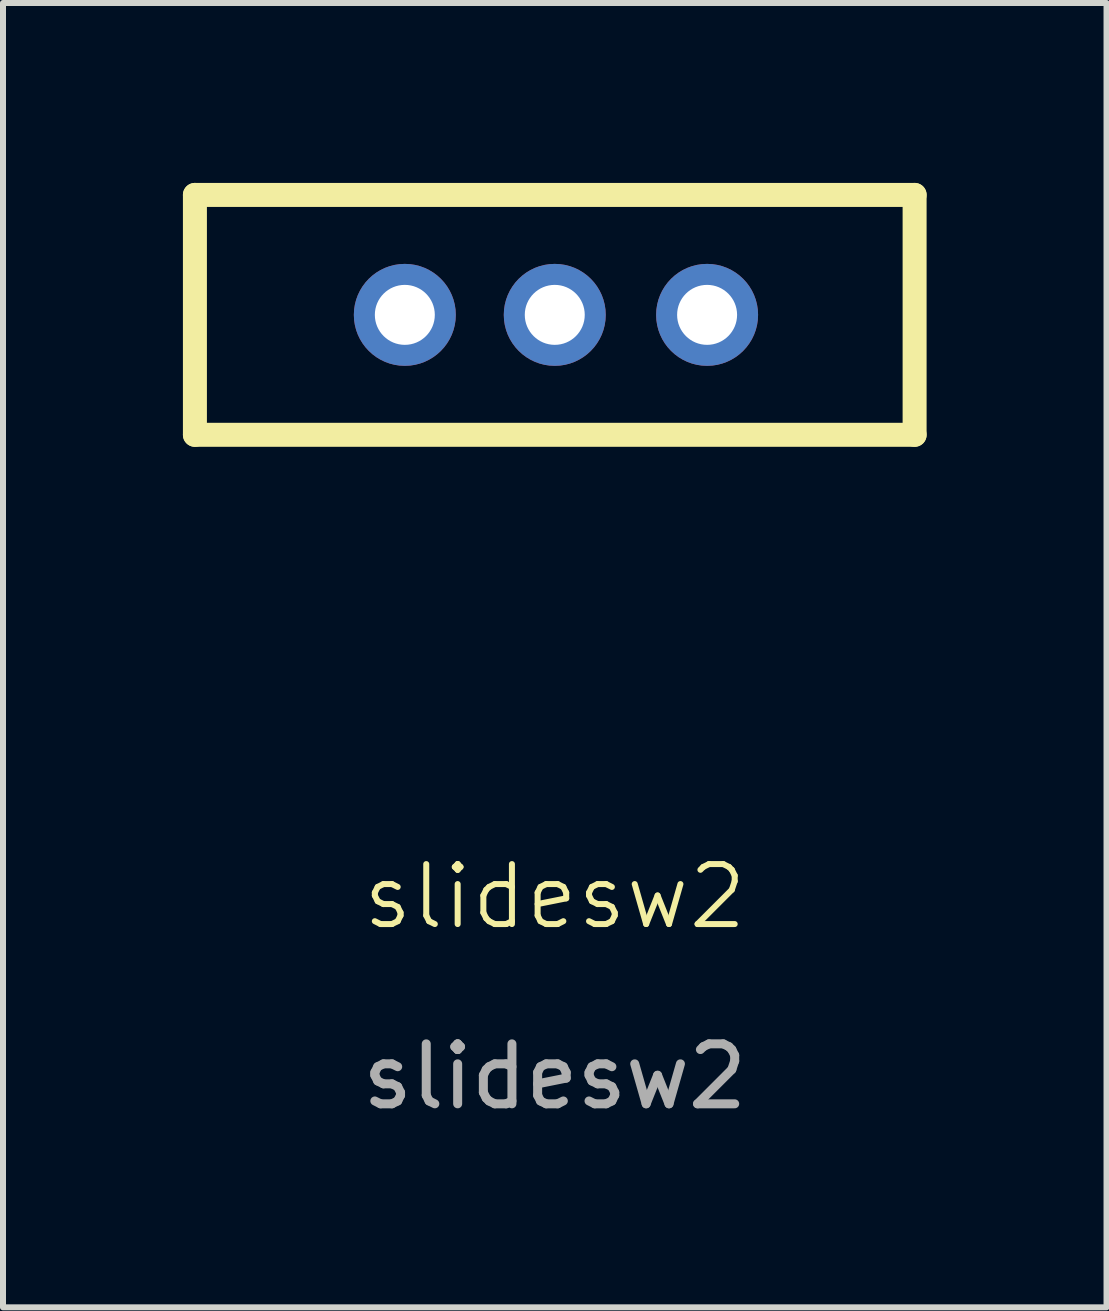
<source format=kicad_pcb>
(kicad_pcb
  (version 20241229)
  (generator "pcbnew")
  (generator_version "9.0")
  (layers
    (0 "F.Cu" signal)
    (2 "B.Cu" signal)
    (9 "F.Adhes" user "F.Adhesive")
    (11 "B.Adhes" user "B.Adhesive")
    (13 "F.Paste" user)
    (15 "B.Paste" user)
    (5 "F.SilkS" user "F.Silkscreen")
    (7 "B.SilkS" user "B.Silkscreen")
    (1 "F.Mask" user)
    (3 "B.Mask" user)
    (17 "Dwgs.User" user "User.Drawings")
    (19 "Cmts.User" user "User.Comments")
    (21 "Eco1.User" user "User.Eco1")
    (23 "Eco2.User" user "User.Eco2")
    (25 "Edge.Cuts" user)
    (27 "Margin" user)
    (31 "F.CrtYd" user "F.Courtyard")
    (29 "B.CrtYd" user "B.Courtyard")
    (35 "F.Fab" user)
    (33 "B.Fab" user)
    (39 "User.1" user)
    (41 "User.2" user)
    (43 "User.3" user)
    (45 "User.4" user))
  (footprint "slidesw2"
    (layer "F.Cu")
    (at 6.2 2.2)
    (property "Reference" "slidesw2" (at 0 9.7 0) (unlocked yes) (layer "F.SilkS") (effects (font (size 1 1) (thickness 0.1))))
    (attr through_hole)
    (fp_line (start -6 -2) (end -6 2) (stroke (width 0.4) (type default)) (layer "F.SilkS"))
    (fp_line (start -6 2) (end 6 2) (stroke (width 0.4) (type default)) (layer "F.SilkS"))
    (fp_line (start 6 -2) (end -6 -2) (stroke (width 0.4) (type default)) (layer "F.SilkS"))
    (fp_line (start 6 2) (end 6 -2) (stroke (width 0.4) (type default)) (layer "F.SilkS"))
    (fp_text user "${REFERENCE}" (at 0 12.7 0) (unlocked yes) (layer "F.Fab") (effects (font (size 1 1) (thickness 0.15))))
    (pad "1" thru_hole circle (at -2.5 0) (size 1.7 1.7) (drill 1) (layers "*.Cu" "*.Mask"))
    (pad "2" thru_hole circle (at 0 0) (size 1.7 1.7) (drill 1) (layers "*.Cu" "*.Mask"))
    (pad "3" thru_hole circle (at 2.54 0) (size 1.7 1.7) (drill 1) (layers "*.Cu" "*.Mask")))
  (gr_rect
    (start -3 -3)
    (end 15.4 18.748)
    (stroke (width 0.1) (type default))
    (fill no)
    (layer "Edge.Cuts")))
</source>
